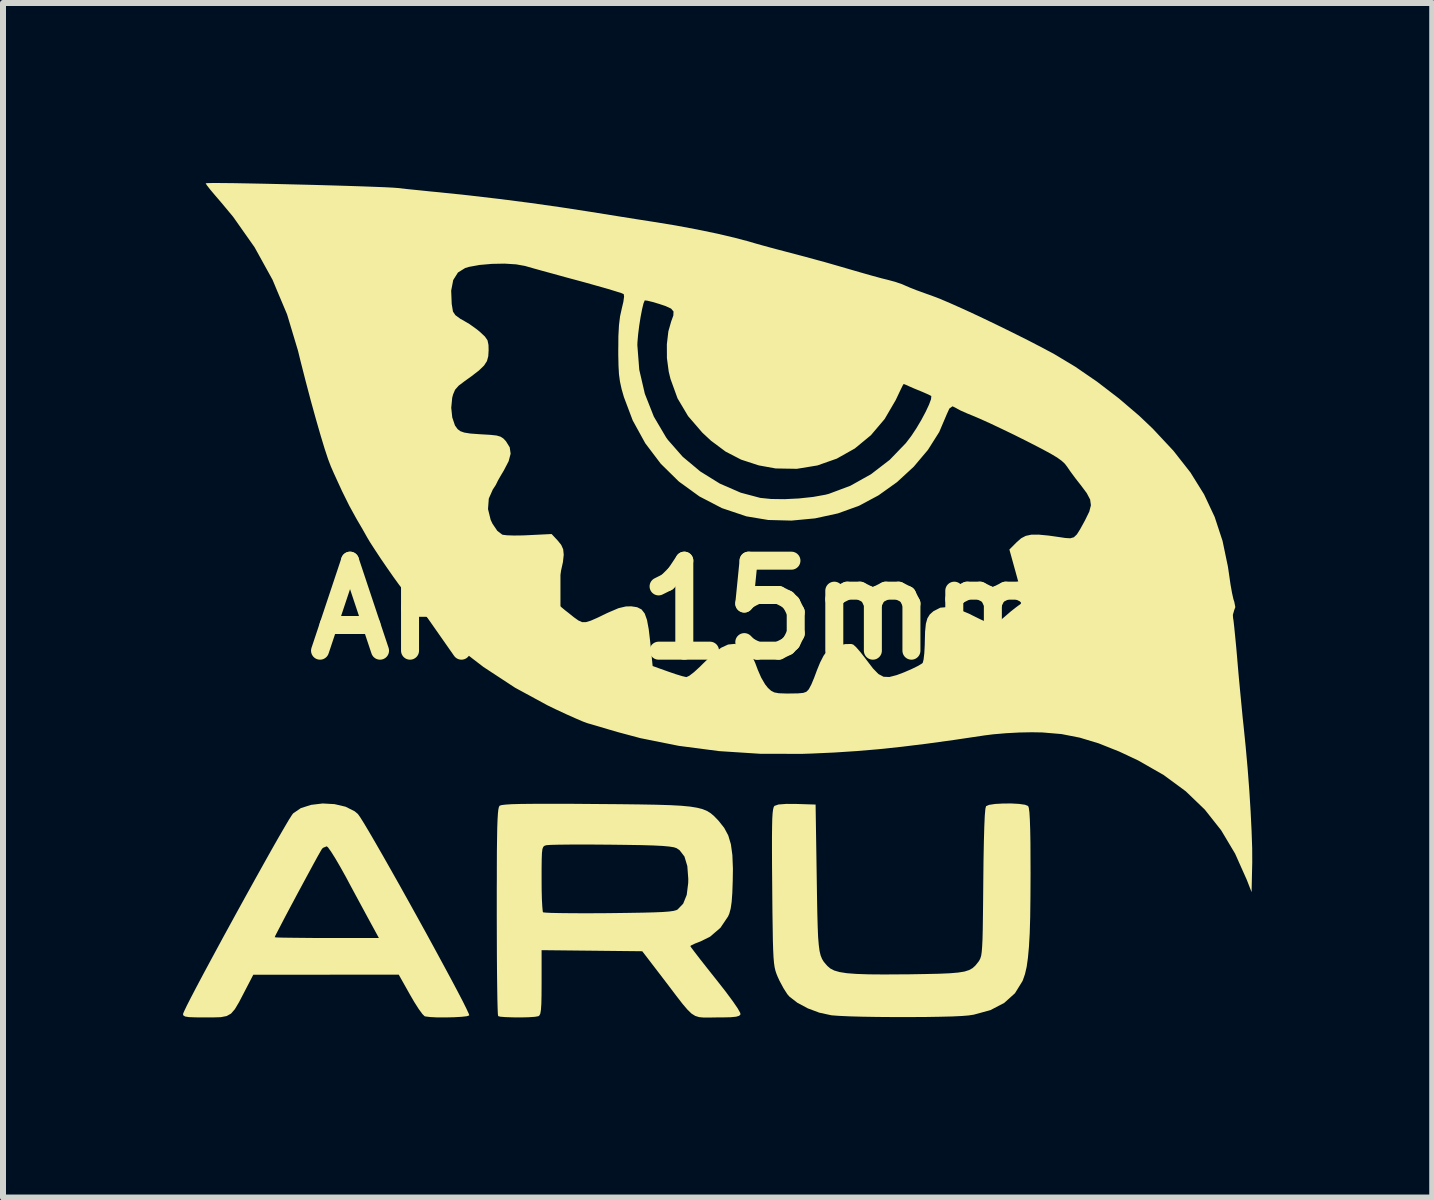
<source format=kicad_pcb>
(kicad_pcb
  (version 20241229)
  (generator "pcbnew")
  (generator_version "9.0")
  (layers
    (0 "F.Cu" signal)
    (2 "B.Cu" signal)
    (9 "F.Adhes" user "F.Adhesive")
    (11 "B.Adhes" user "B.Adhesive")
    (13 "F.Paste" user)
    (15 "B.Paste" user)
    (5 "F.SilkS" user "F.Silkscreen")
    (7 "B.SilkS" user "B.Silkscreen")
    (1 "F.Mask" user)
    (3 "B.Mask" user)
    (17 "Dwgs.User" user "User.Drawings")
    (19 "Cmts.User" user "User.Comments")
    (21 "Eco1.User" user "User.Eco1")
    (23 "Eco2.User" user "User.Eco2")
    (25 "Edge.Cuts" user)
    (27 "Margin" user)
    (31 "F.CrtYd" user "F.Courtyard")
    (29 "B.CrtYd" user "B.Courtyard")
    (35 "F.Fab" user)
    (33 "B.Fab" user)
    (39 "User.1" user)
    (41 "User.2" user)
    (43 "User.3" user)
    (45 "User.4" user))
  (footprint "ARU_15mm"
    (layer "F.Cu")
    (at 8.32 7.117)
    (property "Reference" "ARU_15mm" (at 0 0 0) (layer "F.SilkS") (effects (font (size 1.5 1.5) (thickness 0.3))))
    (attr board_only exclude_from_pos_files exclude_from_bom)
    (fp_poly (pts (xy -5.794 3.236) (xy -5.61 3.279) (xy -5.459 3.355) (xy -5.405 3.4) (xy -5.37 3.449) (xy -5.307 3.549) (xy -5.221 3.693) (xy -5.115 3.875) (xy -4.992 4.089) (xy -4.857 4.327) (xy -4.712 4.584) (xy -4.562 4.853) (xy -4.41 5.127) (xy -4.26 5.399) (xy -4.115 5.665) (xy -3.979 5.916) (xy -3.855 6.146) (xy -3.747 6.349) (xy -3.659 6.518) (xy -3.595 6.647) (xy -3.557 6.729) (xy -3.548 6.757) (xy -3.589 6.771) (xy -3.679 6.781) (xy -3.803 6.788) (xy -3.942 6.791) (xy -4.079 6.791) (xy -4.197 6.785) (xy -4.277 6.775) (xy -4.293 6.771) (xy -4.33 6.734) (xy -4.391 6.651) (xy -4.466 6.533) (xy -4.535 6.414) (xy -4.724 6.078) (xy -5.936 6.079) (xy -7.148 6.079) (xy -7.301 6.374) (xy -7.387 6.539) (xy -7.455 6.653) (xy -7.519 6.727) (xy -7.592 6.768) (xy -7.69 6.787) (xy -7.826 6.791) (xy -7.946 6.791) (xy -8.111 6.79) (xy -8.22 6.786) (xy -8.283 6.776) (xy -8.313 6.759) (xy -8.32 6.735) (xy -8.303 6.693) (xy -8.258 6.598) (xy -8.186 6.457) (xy -8.092 6.277) (xy -7.979 6.064) (xy -7.851 5.826) (xy -7.712 5.569) (xy -7.65 5.454) (xy -6.791 5.454) (xy -6.759 5.458) (xy -6.668 5.461) (xy -6.526 5.463) (xy -6.344 5.465) (xy -6.13 5.467) (xy -5.923 5.467) (xy -5.055 5.467) (xy -5.189 5.221) (xy -5.252 5.105) (xy -5.338 4.946) (xy -5.438 4.761) (xy -5.543 4.566) (xy -5.601 4.457) (xy -5.695 4.288) (xy -5.78 4.142) (xy -5.851 4.029) (xy -5.902 3.958) (xy -5.924 3.939) (xy -5.983 3.963) (xy -6.003 3.981) (xy -6.026 4.02) (xy -6.076 4.108) (xy -6.145 4.234) (xy -6.229 4.389) (xy -6.323 4.563) (xy -6.421 4.745) (xy -6.517 4.925) (xy -6.607 5.094) (xy -6.684 5.242) (xy -6.744 5.357) (xy -6.782 5.431) (xy -6.791 5.454) (xy -7.65 5.454) (xy -7.565 5.299) (xy -7.414 5.023) (xy -7.263 4.749) (xy -7.115 4.482) (xy -6.974 4.229) (xy -6.844 3.997) (xy -6.728 3.793) (xy -6.63 3.624) (xy -6.554 3.495) (xy -6.502 3.414) (xy -6.484 3.39) (xy -6.355 3.302) (xy -6.184 3.248) (xy -5.991 3.225)) (stroke (width 0) (type solid)) (fill yes) (layer "F.SilkS"))
    (fp_poly (pts (xy 5.614 3.232) (xy 5.714 3.246) (xy 5.766 3.267) (xy 5.778 3.299) (xy 5.788 3.372) (xy 5.795 3.491) (xy 5.801 3.66) (xy 5.805 3.885) (xy 5.806 4.169) (xy 5.807 4.397) (xy 5.805 4.787) (xy 5.801 5.115) (xy 5.793 5.389) (xy 5.78 5.615) (xy 5.763 5.799) (xy 5.742 5.948) (xy 5.714 6.069) (xy 5.68 6.167) (xy 5.672 6.186) (xy 5.547 6.388) (xy 5.368 6.549) (xy 5.139 6.669) (xy 4.861 6.745) (xy 4.775 6.758) (xy 4.664 6.767) (xy 4.497 6.775) (xy 4.286 6.78) (xy 4.044 6.784) (xy 3.782 6.785) (xy 3.514 6.785) (xy 3.25 6.783) (xy 3.004 6.779) (xy 2.788 6.773) (xy 2.613 6.765) (xy 2.492 6.756) (xy 2.481 6.754) (xy 2.287 6.712) (xy 2.094 6.64) (xy 1.922 6.548) (xy 1.79 6.446) (xy 1.753 6.404) (xy 1.689 6.304) (xy 1.621 6.177) (xy 1.589 6.107) (xy 1.57 6.059) (xy 1.554 6.01) (xy 1.541 5.954) (xy 1.531 5.884) (xy 1.523 5.791) (xy 1.517 5.67) (xy 1.512 5.512) (xy 1.509 5.311) (xy 1.505 5.06) (xy 1.502 4.75) (xy 1.501 4.616) (xy 1.498 4.277) (xy 1.497 4) (xy 1.497 3.778) (xy 1.499 3.606) (xy 1.502 3.477) (xy 1.508 3.384) (xy 1.516 3.322) (xy 1.526 3.285) (xy 1.538 3.265) (xy 1.539 3.265) (xy 1.606 3.242) (xy 1.737 3.232) (xy 1.907 3.233) (xy 2.224 3.243) (xy 2.243 4.465) (xy 2.248 4.796) (xy 2.253 5.066) (xy 2.259 5.282) (xy 2.266 5.453) (xy 2.277 5.584) (xy 2.29 5.683) (xy 2.308 5.758) (xy 2.331 5.815) (xy 2.36 5.863) (xy 2.397 5.907) (xy 2.42 5.933) (xy 2.469 5.975) (xy 2.534 6.009) (xy 2.624 6.035) (xy 2.745 6.054) (xy 2.904 6.066) (xy 3.109 6.073) (xy 3.365 6.075) (xy 3.681 6.073) (xy 3.752 6.073) (xy 4.047 6.068) (xy 4.281 6.063) (xy 4.464 6.055) (xy 4.603 6.043) (xy 4.707 6.026) (xy 4.784 6.001) (xy 4.841 5.969) (xy 4.888 5.926) (xy 4.931 5.872) (xy 4.938 5.864) (xy 4.956 5.836) (xy 4.971 5.804) (xy 4.984 5.761) (xy 4.993 5.699) (xy 5 5.612) (xy 5.006 5.492) (xy 5.01 5.333) (xy 5.013 5.127) (xy 5.016 4.867) (xy 5.019 4.547) (xy 5.019 4.541) (xy 5.023 4.165) (xy 5.029 3.854) (xy 5.036 3.609) (xy 5.044 3.429) (xy 5.054 3.315) (xy 5.065 3.27) (xy 5.117 3.248) (xy 5.217 3.233) (xy 5.346 3.226) (xy 5.484 3.225)) (stroke (width 0) (type solid)) (fill yes) (layer "F.SilkS"))
    (fp_poly (pts (xy -1.926 3.23) (xy -1.552 3.233) (xy -1.437 3.234) (xy -1.041 3.237) (xy -0.708 3.241) (xy -0.429 3.246) (xy -0.201 3.253) (xy -0.016 3.263) (xy 0.132 3.277) (xy 0.249 3.296) (xy 0.342 3.32) (xy 0.415 3.35) (xy 0.476 3.388) (xy 0.53 3.434) (xy 0.584 3.489) (xy 0.61 3.517) (xy 0.701 3.632) (xy 0.768 3.757) (xy 0.812 3.904) (xy 0.837 4.085) (xy 0.846 4.312) (xy 0.843 4.511) (xy 0.836 4.715) (xy 0.825 4.865) (xy 0.809 4.975) (xy 0.787 5.057) (xy 0.766 5.107) (xy 0.638 5.297) (xy 0.466 5.445) (xy 0.306 5.524) (xy 0.211 5.561) (xy 0.149 5.591) (xy 0.136 5.602) (xy 0.156 5.633) (xy 0.213 5.708) (xy 0.299 5.82) (xy 0.409 5.96) (xy 0.536 6.12) (xy 0.564 6.155) (xy 0.72 6.354) (xy 0.841 6.517) (xy 0.925 6.639) (xy 0.968 6.716) (xy 0.972 6.741) (xy 0.95 6.764) (xy 0.899 6.779) (xy 0.806 6.788) (xy 0.661 6.791) (xy 0.575 6.791) (xy 0.453 6.793) (xy 0.358 6.793) (xy 0.283 6.786) (xy 0.218 6.766) (xy 0.156 6.727) (xy 0.089 6.662) (xy 0.007 6.566) (xy -0.096 6.433) (xy -0.23 6.256) (xy -0.314 6.146) (xy -0.665 5.688) (xy -1.504 5.679) (xy -2.343 5.67) (xy -2.343 6.21) (xy -2.344 6.417) (xy -2.347 6.565) (xy -2.354 6.665) (xy -2.364 6.727) (xy -2.38 6.759) (xy -2.397 6.771) (xy -2.456 6.781) (xy -2.559 6.788) (xy -2.687 6.791) (xy -2.821 6.79) (xy -2.941 6.786) (xy -3.03 6.779) (xy -3.067 6.769) (xy -3.072 6.731) (xy -3.076 6.633) (xy -3.08 6.479) (xy -3.083 6.277) (xy -3.086 6.033) (xy -3.088 5.753) (xy -3.089 5.445) (xy -3.09 5.114) (xy -3.09 5.024) (xy -3.09 4.63) (xy -3.089 4.477) (xy -2.343 4.477) (xy -2.342 4.662) (xy -2.338 4.822) (xy -2.331 4.946) (xy -2.324 5.022) (xy -2.319 5.039) (xy -2.28 5.044) (xy -2.182 5.049) (xy -2.032 5.052) (xy -1.84 5.054) (xy -1.613 5.055) (xy -1.36 5.054) (xy -1.224 5.053) (xy -0.915 5.049) (xy -0.667 5.045) (xy -0.473 5.04) (xy -0.326 5.034) (xy -0.219 5.026) (xy -0.145 5.016) (xy -0.098 5.003) (xy -0.076 4.992) (xy 0.017 4.895) (xy 0.076 4.749) (xy 0.101 4.549) (xy 0.102 4.482) (xy 0.086 4.268) (xy 0.038 4.109) (xy -0.044 4.003) (xy -0.095 3.969) (xy -0.139 3.955) (xy -0.214 3.943) (xy -0.324 3.933) (xy -0.479 3.925) (xy -0.683 3.919) (xy -0.943 3.915) (xy -1.187 3.912) (xy -1.444 3.91) (xy -1.683 3.909) (xy -1.892 3.91) (xy -2.064 3.912) (xy -2.189 3.915) (xy -2.258 3.92) (xy -2.265 3.921) (xy -2.294 3.93) (xy -2.315 3.948) (xy -2.329 3.984) (xy -2.337 4.05) (xy -2.341 4.154) (xy -2.343 4.308) (xy -2.343 4.477) (xy -3.089 4.477) (xy -3.089 4.299) (xy -3.088 4.025) (xy -3.085 3.803) (xy -3.082 3.627) (xy -3.077 3.493) (xy -3.071 3.395) (xy -3.064 3.328) (xy -3.055 3.286) (xy -3.044 3.264) (xy -3.041 3.262) (xy -3.011 3.252) (xy -2.946 3.244) (xy -2.84 3.237) (xy -2.689 3.233) (xy -2.49 3.231) (xy -2.236 3.23)) (stroke (width 0) (type solid)) (fill yes) (layer "F.SilkS"))
    (fp_poly (pts (xy -7.659 -7.116) (xy -7.467 -7.114) (xy -7.239 -7.11) (xy -6.985 -7.105) (xy -6.711 -7.099) (xy -6.427 -7.092) (xy -6.14 -7.085) (xy -5.858 -7.077) (xy -5.59 -7.069) (xy -5.343 -7.061) (xy -5.126 -7.053) (xy -4.947 -7.046) (xy -4.815 -7.039) (xy -4.737 -7.033) (xy -4.587 -7.016) (xy -4.398 -6.997) (xy -4.196 -6.976) (xy -4.058 -6.963) (xy -3.569 -6.912) (xy -3.047 -6.851) (xy -2.518 -6.783) (xy -2.006 -6.71) (xy -1.545 -6.639) (xy -1.302 -6.6) (xy -1.027 -6.556) (xy -0.751 -6.512) (xy -0.507 -6.474) (xy -0.475 -6.469) (xy -0.114 -6.41) (xy 0.245 -6.343) (xy 0.583 -6.273) (xy 0.885 -6.202) (xy 1.104 -6.144) (xy 1.216 -6.111) (xy 1.322 -6.081) (xy 1.435 -6.05) (xy 1.569 -6.014) (xy 1.737 -5.97) (xy 1.953 -5.913) (xy 2.037 -5.891) (xy 2.22 -5.841) (xy 2.438 -5.781) (xy 2.66 -5.717) (xy 2.818 -5.671) (xy 2.998 -5.619) (xy 3.174 -5.569) (xy 3.325 -5.528) (xy 3.43 -5.502) (xy 3.555 -5.468) (xy 3.668 -5.429) (xy 3.715 -5.408) (xy 3.789 -5.376) (xy 3.908 -5.329) (xy 4.054 -5.276) (xy 4.156 -5.24) (xy 4.293 -5.188) (xy 4.48 -5.108) (xy 4.704 -5.008) (xy 4.954 -4.892) (xy 5.221 -4.764) (xy 5.491 -4.632) (xy 5.755 -4.5) (xy 6.002 -4.372) (xy 6.207 -4.262) (xy 6.553 -4.054) (xy 6.917 -3.804) (xy 7.278 -3.527) (xy 7.618 -3.237) (xy 7.844 -3.022) (xy 8.188 -2.654) (xy 8.472 -2.292) (xy 8.699 -1.927) (xy 8.876 -1.55) (xy 9.007 -1.151) (xy 9.097 -0.72) (xy 9.117 -0.583) (xy 9.14 -0.424) (xy 9.165 -0.284) (xy 9.188 -0.181) (xy 9.203 -0.135) (xy 9.22 -0.048) (xy 9.202 0.001) (xy 9.179 0.081) (xy 9.182 0.129) (xy 9.19 0.18) (xy 9.202 0.287) (xy 9.217 0.438) (xy 9.235 0.622) (xy 9.253 0.827) (xy 9.253 0.832) (xy 9.274 1.075) (xy 9.298 1.332) (xy 9.322 1.581) (xy 9.343 1.8) (xy 9.356 1.919) (xy 9.392 2.274) (xy 9.425 2.641) (xy 9.453 3.008) (xy 9.475 3.36) (xy 9.491 3.686) (xy 9.501 3.973) (xy 9.502 4.207) (xy 9.501 4.245) (xy 9.491 4.703) (xy 9.412 4.5) (xy 9.216 4.061) (xy 8.984 3.672) (xy 8.712 3.328) (xy 8.394 3.022) (xy 8.026 2.751) (xy 7.601 2.508) (xy 7.286 2.36) (xy 6.942 2.223) (xy 6.628 2.128) (xy 6.322 2.068) (xy 6.003 2.041) (xy 5.828 2.038) (xy 5.62 2.042) (xy 5.396 2.054) (xy 5.186 2.072) (xy 5.043 2.09) (xy 4.532 2.166) (xy 4.075 2.229) (xy 3.659 2.28) (xy 3.272 2.321) (xy 2.901 2.352) (xy 2.533 2.376) (xy 2.157 2.393) (xy 2.003 2.398) (xy 1.304 2.397) (xy 0.612 2.352) (xy -0.059 2.264) (xy -0.697 2.136) (xy -1.078 2.034) (xy -1.242 1.986) (xy -1.396 1.94) (xy -1.519 1.904) (xy -1.579 1.887) (xy -1.655 1.859) (xy -1.778 1.806) (xy -1.935 1.736) (xy -2.113 1.653) (xy -2.241 1.591) (xy -2.786 1.295) (xy -3.312 0.95) (xy -3.716 0.64) (xy -3.833 0.535) (xy -3.982 0.391) (xy -4.147 0.224) (xy -4.316 0.046) (xy -4.476 -0.129) (xy -4.614 -0.287) (xy -4.657 -0.34) (xy -4.724 -0.428) (xy -4.815 -0.554) (xy -4.919 -0.703) (xy -5.025 -0.858) (xy -5.122 -1.005) (xy -5.201 -1.127) (xy -5.248 -1.206) (xy -5.282 -1.266) (xy -5.339 -1.367) (xy -5.41 -1.488) (xy -5.432 -1.526) (xy -5.547 -1.735) (xy -5.669 -1.981) (xy -5.804 -2.275) (xy -5.856 -2.394) (xy -5.902 -2.515) (xy -5.961 -2.694) (xy -6.03 -2.922) (xy -6.107 -3.19) (xy -6.19 -3.49) (xy -6.275 -3.812) (xy -6.361 -4.149) (xy -6.403 -4.321) (xy -6.585 -4.927) (xy -6.752 -5.323) (xy -3.85 -5.323) (xy -3.841 -5.1) (xy -3.82 -4.974) (xy -3.78 -4.914) (xy -3.694 -4.851) (xy -3.66 -4.833) (xy -3.547 -4.767) (xy -3.424 -4.679) (xy -3.37 -4.635) (xy -3.287 -4.557) (xy -3.244 -4.494) (xy -3.228 -4.417) (xy -3.226 -4.325) (xy -3.232 -4.228) (xy -3.254 -4.148) (xy -3.303 -4.073) (xy -3.387 -3.992) (xy -3.514 -3.894) (xy -3.623 -3.816) (xy -3.726 -3.738) (xy -3.785 -3.671) (xy -3.819 -3.591) (xy -3.833 -3.536) (xy -3.849 -3.37) (xy -3.832 -3.21) (xy -3.787 -3.076) (xy -3.742 -3.014) (xy -3.697 -2.98) (xy -3.631 -2.957) (xy -3.531 -2.941) (xy -3.381 -2.93) (xy -3.347 -2.928) (xy -3.194 -2.919) (xy -3.093 -2.908) (xy -3.028 -2.889) (xy -2.982 -2.86) (xy -2.939 -2.815) (xy -2.936 -2.811) (xy -2.874 -2.711) (xy -2.859 -2.605) (xy -2.892 -2.48) (xy -2.971 -2.328) (xy -3.031 -2.227) (xy -3.074 -2.151) (xy -3.09 -2.117) (xy -3.09 -2.117) (xy -3.108 -2.082) (xy -3.15 -2.017) (xy -3.155 -2.011) (xy -3.223 -1.857) (xy -3.236 -1.682) (xy -3.192 -1.503) (xy -3.162 -1.439) (xy -3.081 -1.319) (xy -3 -1.257) (xy -2.988 -1.253) (xy -2.92 -1.245) (xy -2.802 -1.241) (xy -2.653 -1.243) (xy -2.54 -1.248) (xy -2.176 -1.266) (xy -2.073 -1.156) (xy -2.016 -1.085) (xy -1.983 -1.011) (xy -1.974 -0.92) (xy -1.987 -0.799) (xy -2.023 -0.636) (xy -2.054 -0.515) (xy -2.091 -0.376) (xy -2.12 -0.262) (xy -2.136 -0.188) (xy -2.139 -0.17) (xy -2.114 -0.137) (xy -2.047 -0.075) (xy -1.95 0.006) (xy -1.897 0.047) (xy -1.801 0.124) (xy -1.729 0.175) (xy -1.669 0.202) (xy -1.606 0.203) (xy -1.525 0.179) (xy -1.413 0.13) (xy -1.256 0.054) (xy -1.216 0.036) (xy -1.061 -0.03) (xy -0.938 -0.059) (xy -0.846 -0.061) (xy -0.75 -0.046) (xy -0.677 -0.009) (xy -0.624 0.059) (xy -0.586 0.166) (xy -0.557 0.323) (xy -0.533 0.529) (xy -0.492 0.934) (xy -0.238 1.025) (xy -0.11 1.069) (xy -0.002 1.102) (xy 0.066 1.118) (xy 0.073 1.118) (xy 0.12 1.096) (xy 0.199 1.035) (xy 0.298 0.944) (xy 0.354 0.888) (xy 0.515 0.733) (xy 0.648 0.63) (xy 0.765 0.576) (xy 0.873 0.565) (xy 0.963 0.584) (xy 1.043 0.62) (xy 1.105 0.673) (xy 1.161 0.757) (xy 1.218 0.884) (xy 1.262 1.001) (xy 1.317 1.127) (xy 1.383 1.24) (xy 1.429 1.298) (xy 1.482 1.346) (xy 1.536 1.374) (xy 1.611 1.388) (xy 1.726 1.392) (xy 1.793 1.392) (xy 1.931 1.39) (xy 2.017 1.382) (xy 2.069 1.364) (xy 2.104 1.33) (xy 2.116 1.312) (xy 2.154 1.24) (xy 2.201 1.127) (xy 2.247 1.003) (xy 2.299 0.876) (xy 2.356 0.764) (xy 2.405 0.695) (xy 2.488 0.639) (xy 2.602 0.594) (xy 2.721 0.568) (xy 2.82 0.567) (xy 2.852 0.577) (xy 2.897 0.617) (xy 2.967 0.697) (xy 3.049 0.802) (xy 3.071 0.831) (xy 3.182 0.976) (xy 3.272 1.068) (xy 3.357 1.113) (xy 3.454 1.117) (xy 3.577 1.085) (xy 3.699 1.039) (xy 3.828 0.983) (xy 3.934 0.931) (xy 3.999 0.891) (xy 4.01 0.88) (xy 4.024 0.825) (xy 4.036 0.722) (xy 4.043 0.59) (xy 4.044 0.543) (xy 4.049 0.36) (xy 4.062 0.23) (xy 4.087 0.14) (xy 4.127 0.075) (xy 4.187 0.021) (xy 4.189 0.02) (xy 4.302 -0.038) (xy 4.435 -0.05) (xy 4.595 -0.016) (xy 4.791 0.066) (xy 4.845 0.094) (xy 4.975 0.158) (xy 5.086 0.207) (xy 5.162 0.234) (xy 5.181 0.238) (xy 5.237 0.216) (xy 5.319 0.16) (xy 5.378 0.11) (xy 5.474 0.027) (xy 5.564 -0.044) (xy 5.602 -0.072) (xy 5.635 -0.095) (xy 5.657 -0.122) (xy 5.666 -0.162) (xy 5.661 -0.224) (xy 5.641 -0.32) (xy 5.606 -0.457) (xy 5.554 -0.647) (xy 5.53 -0.733) (xy 5.454 -1.008) (xy 5.578 -1.132) (xy 5.65 -1.195) (xy 5.726 -1.235) (xy 5.819 -1.255) (xy 5.943 -1.256) (xy 6.11 -1.24) (xy 6.265 -1.218) (xy 6.386 -1.2) (xy 6.469 -1.195) (xy 6.529 -1.212) (xy 6.579 -1.26) (xy 6.634 -1.347) (xy 6.708 -1.482) (xy 6.721 -1.507) (xy 6.786 -1.64) (xy 6.813 -1.745) (xy 6.8 -1.841) (xy 6.744 -1.947) (xy 6.647 -2.077) (xy 6.556 -2.193) (xy 6.469 -2.311) (xy 6.417 -2.387) (xy 6.379 -2.437) (xy 6.326 -2.486) (xy 6.25 -2.541) (xy 6.141 -2.606) (xy 5.991 -2.687) (xy 5.791 -2.79) (xy 5.736 -2.818) (xy 5.53 -2.921) (xy 5.324 -3.02) (xy 5.134 -3.11) (xy 4.975 -3.182) (xy 4.87 -3.227) (xy 4.743 -3.279) (xy 4.64 -3.325) (xy 4.578 -3.358) (xy 4.569 -3.364) (xy 4.507 -3.395) (xy 4.454 -3.358) (xy 4.413 -3.268) (xy 4.284 -2.965) (xy 4.096 -2.668) (xy 3.859 -2.387) (xy 3.581 -2.131) (xy 3.273 -1.911) (xy 2.948 -1.737) (xy 2.597 -1.61) (xy 2.215 -1.527) (xy 1.822 -1.49) (xy 1.435 -1.5) (xy 1.075 -1.56) (xy 1.067 -1.562) (xy 0.662 -1.698) (xy 0.287 -1.893) (xy -0.055 -2.141) (xy -0.357 -2.438) (xy -0.615 -2.779) (xy -0.824 -3.159) (xy -0.971 -3.549) (xy -1.01 -3.685) (xy -1.036 -3.804) (xy -1.053 -3.926) (xy -1.061 -4.071) (xy -1.065 -4.258) (xy -1.065 -4.33) (xy -1.064 -4.414) (xy -0.747 -4.414) (xy -0.715 -4.004) (xy -0.622 -3.603) (xy -0.472 -3.223) (xy -0.268 -2.877) (xy -0.236 -2.833) (xy 0.009 -2.554) (xy 0.302 -2.309) (xy 0.629 -2.106) (xy 0.976 -1.955) (xy 1.303 -1.868) (xy 1.483 -1.85) (xy 1.706 -1.847) (xy 1.946 -1.859) (xy 2.181 -1.884) (xy 2.387 -1.921) (xy 2.445 -1.936) (xy 2.805 -2.071) (xy 3.148 -2.263) (xy 3.46 -2.503) (xy 3.729 -2.782) (xy 3.819 -2.9) (xy 3.903 -3.027) (xy 3.985 -3.165) (xy 4.057 -3.3) (xy 4.114 -3.421) (xy 4.148 -3.513) (xy 4.153 -3.563) (xy 4.151 -3.567) (xy 4.107 -3.59) (xy 4.023 -3.627) (xy 3.973 -3.648) (xy 3.868 -3.691) (xy 3.781 -3.729) (xy 3.757 -3.741) (xy 3.704 -3.763) (xy 3.687 -3.763) (xy 3.67 -3.73) (xy 3.631 -3.65) (xy 3.578 -3.538) (xy 3.559 -3.498) (xy 3.375 -3.183) (xy 3.146 -2.913) (xy 2.878 -2.692) (xy 2.578 -2.523) (xy 2.254 -2.409) (xy 1.912 -2.353) (xy 1.559 -2.359) (xy 1.277 -2.41) (xy 0.983 -2.506) (xy 0.724 -2.64) (xy 0.48 -2.822) (xy 0.337 -2.955) (xy 0.099 -3.231) (xy -0.077 -3.527) (xy -0.195 -3.853) (xy -0.224 -3.973) (xy -0.254 -4.198) (xy -0.255 -4.429) (xy -0.23 -4.644) (xy -0.183 -4.809) (xy -0.147 -4.908) (xy -0.144 -4.975) (xy -0.184 -5.023) (xy -0.275 -5.065) (xy -0.373 -5.098) (xy -0.489 -5.133) (xy -0.579 -5.155) (xy -0.623 -5.16) (xy -0.624 -5.159) (xy -0.644 -5.112) (xy -0.668 -5.013) (xy -0.693 -4.883) (xy -0.716 -4.737) (xy -0.734 -4.593) (xy -0.745 -4.468) (xy -0.747 -4.414) (xy -1.064 -4.414) (xy -1.063 -4.565) (xy -1.053 -4.748) (xy -1.035 -4.895) (xy -1.007 -5.021) (xy -1.007 -5.022) (xy -0.98 -5.136) (xy -0.968 -5.224) (xy -0.974 -5.265) (xy -1.014 -5.282) (xy -1.109 -5.312) (xy -1.25 -5.355) (xy -1.427 -5.405) (xy -1.63 -5.462) (xy -1.715 -5.485) (xy -1.938 -5.545) (xy -2.151 -5.604) (xy -2.342 -5.656) (xy -2.496 -5.699) (xy -2.601 -5.729) (xy -2.618 -5.734) (xy -2.768 -5.761) (xy -2.96 -5.773) (xy -3.17 -5.769) (xy -3.376 -5.751) (xy -3.552 -5.719) (xy -3.616 -5.7) (xy -3.737 -5.625) (xy -3.816 -5.499) (xy -3.85 -5.323) (xy -6.752 -5.323) (xy -6.827 -5.503) (xy -7.127 -6.046) (xy -7.484 -6.553) (xy -7.677 -6.785) (xy -7.781 -6.906) (xy -7.866 -7.007) (xy -7.922 -7.079) (xy -7.942 -7.111) (xy -7.941 -7.112) (xy -7.904 -7.115) (xy -7.807 -7.117)) (stroke (width 0) (type solid)) (fill yes) (layer "F.SilkS")))
  (gr_rect
    (start -3 -3)
    (end 20.822 16.91)
    (stroke (width 0.1) (type default))
    (fill no)
    (layer "Edge.Cuts")))
</source>
